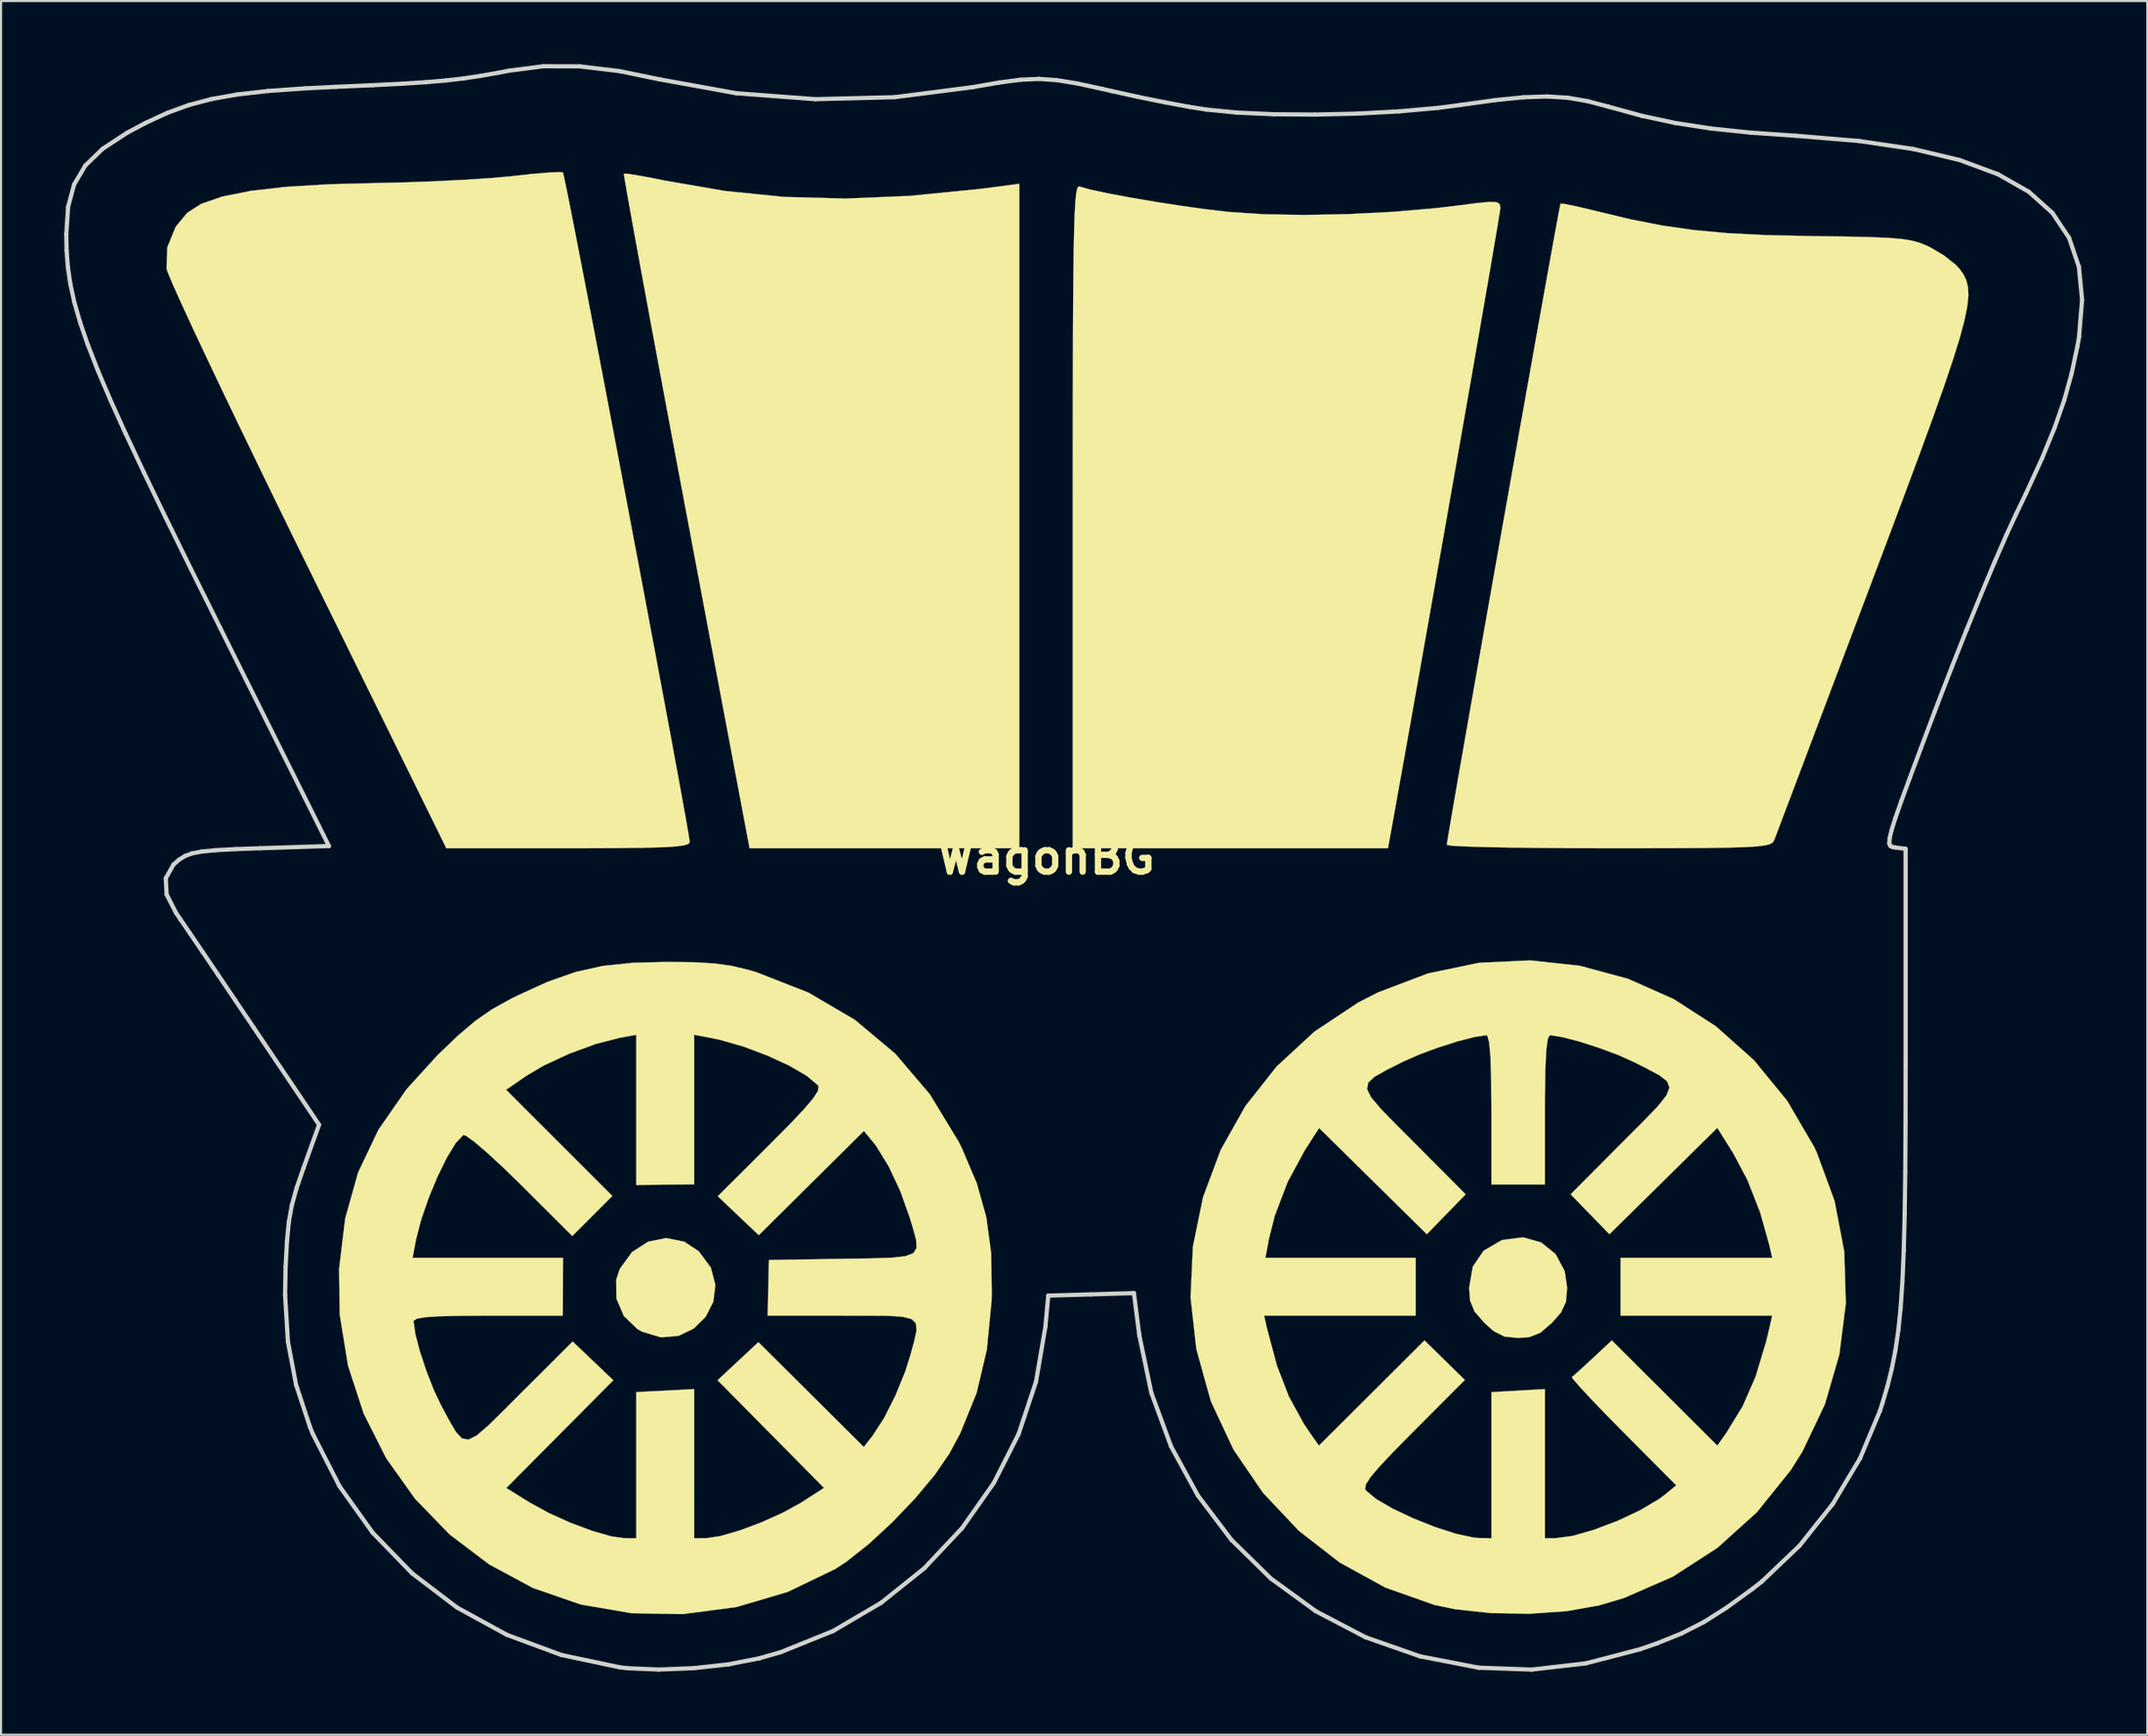
<source format=kicad_pcb>
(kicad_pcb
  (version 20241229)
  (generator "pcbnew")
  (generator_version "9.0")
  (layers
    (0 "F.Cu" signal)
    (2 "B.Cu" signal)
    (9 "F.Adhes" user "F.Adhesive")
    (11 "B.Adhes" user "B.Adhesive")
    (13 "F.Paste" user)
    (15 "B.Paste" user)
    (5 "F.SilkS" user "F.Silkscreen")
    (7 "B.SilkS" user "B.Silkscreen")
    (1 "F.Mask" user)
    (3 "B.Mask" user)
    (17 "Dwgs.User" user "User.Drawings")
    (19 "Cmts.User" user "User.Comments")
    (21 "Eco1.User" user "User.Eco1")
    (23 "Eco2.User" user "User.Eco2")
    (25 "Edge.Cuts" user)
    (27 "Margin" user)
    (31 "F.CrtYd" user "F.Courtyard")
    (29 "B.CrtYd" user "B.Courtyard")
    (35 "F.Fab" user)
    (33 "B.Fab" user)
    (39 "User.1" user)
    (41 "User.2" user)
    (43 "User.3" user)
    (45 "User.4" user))
  (footprint "WagonBG"
    (layer "F.Cu")
    (at 46.662 37.704)
    (property "Reference" "WagonBG" (at 0 0 0) (layer "F.SilkS") (effects (font (size 1.524 1.524) (thickness 0.3))))
    (attr through_hole)
    (fp_poly (pts (xy -17.188 18.286) (xy -16.499 18.743) (xy -15.927 19.521) (xy -15.715 20.341) (xy -15.813 21.139) (xy -16.171 21.85) (xy -16.739 22.412) (xy -17.466 22.761) (xy -18.303 22.832) (xy -19.2 22.562) (xy -19.409 22.446) (xy -20.066 21.817) (xy -20.417 20.988) (xy -20.425 20.085) (xy -20.258 19.582) (xy -19.681 18.782) (xy -18.914 18.285) (xy -18.052 18.112) (xy -17.188 18.286)) (stroke (width 0.01) (type solid)) (fill yes) (layer "F.SilkS"))
    (fp_poly (pts (xy 23.529 18.318) (xy 24.215 18.872) (xy 24.649 19.682) (xy 24.765 20.476) (xy 24.708 21.145) (xy 24.476 21.651) (xy 24.045 22.14) (xy 23.493 22.612) (xy 22.967 22.821) (xy 22.437 22.86) (xy 21.788 22.795) (xy 21.274 22.538) (xy 20.828 22.14) (xy 20.362 21.599) (xy 20.153 21.086) (xy 20.108 20.476) (xy 20.281 19.471) (xy 20.793 18.716) (xy 21.634 18.224) (xy 21.699 18.202) (xy 22.666 18.076) (xy 23.529 18.318)) (stroke (width 0.01) (type solid)) (fill yes) (layer "F.SilkS"))
    (fp_poly (pts (xy -19.843 -32.486) (xy -19.305 -32.399) (xy -18.544 -32.256) (xy -18.098 -32.165) (xy -15.257 -31.674) (xy -12.435 -31.39) (xy -9.54 -31.313) (xy -6.479 -31.439) (xy -3.158 -31.769) (xy -2.381 -31.868) (xy -1.27 -32.016) (xy -1.27 -0.423) (xy -14.089 -0.423) (xy -17.106 -16.432) (xy -17.584 -18.974) (xy -18.037 -21.392) (xy -18.459 -23.656) (xy -18.845 -25.733) (xy -19.188 -27.592) (xy -19.483 -29.2) (xy -19.724 -30.526) (xy -19.905 -31.538) (xy -20.02 -32.203) (xy -20.063 -32.491) (xy -20.062 -32.5) (xy -19.843 -32.486)) (stroke (width 0.01) (type solid)) (fill yes) (layer "F.SilkS"))
    (fp_poly (pts (xy 2.086 -31.745) (xy 2.915 -31.566) (xy 3.979 -31.366) (xy 5.182 -31.161) (xy 6.432 -30.967) (xy 7.636 -30.8) (xy 8.69 -30.676) (xy 10.329 -30.567) (xy 12.255 -30.533) (xy 14.341 -30.572) (xy 16.46 -30.68) (xy 18.482 -30.852) (xy 19.526 -30.976) (xy 20.47 -31.097) (xy 21.072 -31.154) (xy 21.408 -31.142) (xy 21.555 -31.057) (xy 21.59 -30.896) (xy 21.59 -30.863) (xy 21.554 -30.611) (xy 21.451 -29.979) (xy 21.287 -29.007) (xy 21.069 -27.733) (xy 20.803 -26.195) (xy 20.497 -24.43) (xy 20.157 -22.478) (xy 19.789 -20.375) (xy 19.401 -18.161) (xy 18.999 -15.874) (xy 18.59 -13.551) (xy 18.18 -11.232) (xy 17.777 -8.953) (xy 17.386 -6.753) (xy 17.015 -4.67) (xy 16.669 -2.743) (xy 16.376 -1.111) (xy 16.251 -0.423) (xy 1.27 -0.423) (xy 1.27 -16.215) (xy 1.271 -19.205) (xy 1.273 -21.798) (xy 1.279 -24.022) (xy 1.287 -25.904) (xy 1.298 -27.47) (xy 1.314 -28.748) (xy 1.335 -29.765) (xy 1.36 -30.547) (xy 1.391 -31.122) (xy 1.429 -31.516) (xy 1.473 -31.757) (xy 1.524 -31.872) (xy 1.582 -31.887) (xy 2.086 -31.745)) (stroke (width 0.01) (type solid)) (fill yes) (layer "F.SilkS"))
    (fp_poly (pts (xy -22.958 -32.554) (xy -22.905 -32.336) (xy -22.781 -31.742) (xy -22.595 -30.809) (xy -22.353 -29.578) (xy -22.064 -28.086) (xy -21.733 -26.374) (xy -21.37 -24.479) (xy -20.98 -22.442) (xy -20.573 -20.302) (xy -20.154 -18.096) (xy -19.732 -15.865) (xy -19.313 -13.647) (xy -18.906 -11.482) (xy -18.517 -9.409) (xy -18.154 -7.466) (xy -17.824 -5.693) (xy -17.535 -4.128) (xy -17.295 -2.812) (xy -17.109 -1.782) (xy -16.987 -1.078) (xy -16.935 -0.739) (xy -16.933 -0.72) (xy -16.994 -0.63) (xy -17.204 -0.56) (xy -17.606 -0.507) (xy -18.244 -0.469) (xy -19.16 -0.444) (xy -20.397 -0.43) (xy -21.998 -0.424) (xy -22.717 -0.423) (xy -28.5 -0.423) (xy -35.084 -13.811) (xy -36.183 -16.052) (xy -37.228 -18.197) (xy -38.203 -20.214) (xy -39.094 -22.07) (xy -39.884 -23.732) (xy -40.559 -25.169) (xy -41.103 -26.347) (xy -41.501 -27.234) (xy -41.737 -27.798) (xy -41.797 -27.982) (xy -41.761 -28.995) (xy -41.363 -29.971) (xy -40.82 -30.632) (xy -40.151 -31.06) (xy -39.151 -31.407) (xy -37.801 -31.678) (xy -36.084 -31.873) (xy -33.982 -31.997) (xy -32.115 -32.045) (xy -30.595 -32.079) (xy -29.05 -32.135) (xy -27.591 -32.208) (xy -26.328 -32.291) (xy -25.373 -32.379) (xy -25.341 -32.383) (xy -24.407 -32.485) (xy -23.637 -32.55) (xy -23.124 -32.572) (xy -22.958 -32.554)) (stroke (width 0.01) (type solid)) (fill yes) (layer "F.SilkS"))
    (fp_poly (pts (xy 24.666 -31.054) (xy 25.189 -30.947) (xy 25.921 -30.774) (xy 26.169 -30.712) (xy 27.786 -30.325) (xy 29.286 -30.031) (xy 30.774 -29.816) (xy 32.357 -29.67) (xy 34.141 -29.578) (xy 36.231 -29.531) (xy 36.445 -29.528) (xy 37.974 -29.507) (xy 39.143 -29.481) (xy 40.019 -29.444) (xy 40.666 -29.39) (xy 41.147 -29.313) (xy 41.529 -29.207) (xy 41.874 -29.065) (xy 42.001 -29.006) (xy 42.672 -28.61) (xy 43.244 -28.155) (xy 43.411 -27.974) (xy 43.595 -27.716) (xy 43.732 -27.437) (xy 43.815 -27.109) (xy 43.834 -26.701) (xy 43.781 -26.183) (xy 43.649 -25.525) (xy 43.428 -24.699) (xy 43.11 -23.672) (xy 42.686 -22.416) (xy 42.15 -20.901) (xy 41.491 -19.096) (xy 40.701 -16.973) (xy 39.773 -14.5) (xy 39.214 -13.018) (xy 38.407 -10.878) (xy 37.642 -8.851) (xy 36.933 -6.971) (xy 36.293 -5.274) (xy 35.735 -3.797) (xy 35.273 -2.574) (xy 34.921 -1.642) (xy 34.692 -1.035) (xy 34.6 -0.794) (xy 34.537 -0.697) (xy 34.406 -0.618) (xy 34.164 -0.557) (xy 33.771 -0.509) (xy 33.186 -0.475) (xy 32.367 -0.451) (xy 31.275 -0.435) (xy 29.868 -0.427) (xy 28.105 -0.424) (xy 26.753 -0.423) (xy 24.995 -0.428) (xy 23.377 -0.439) (xy 21.947 -0.458) (xy 20.752 -0.483) (xy 19.838 -0.512) (xy 19.254 -0.546) (xy 19.046 -0.582) (xy 19.046 -0.582) (xy 19.081 -0.817) (xy 19.183 -1.426) (xy 19.345 -2.371) (xy 19.56 -3.61) (xy 19.821 -5.104) (xy 20.121 -6.813) (xy 20.452 -8.697) (xy 20.808 -10.715) (xy 21.182 -12.829) (xy 21.565 -14.999) (xy 21.953 -17.183) (xy 22.336 -19.342) (xy 22.709 -21.437) (xy 23.064 -23.427) (xy 23.394 -25.272) (xy 23.692 -26.933) (xy 23.95 -28.369) (xy 24.163 -29.54) (xy 24.322 -30.407) (xy 24.421 -30.929) (xy 24.452 -31.073) (xy 24.666 -31.054)) (stroke (width 0.01) (type solid)) (fill yes) (layer "F.SilkS"))
    (fp_poly (pts (xy 25.368 5.166) (xy 27.659 5.784) (xy 29.828 6.748) (xy 31.836 8.043) (xy 33.644 9.656) (xy 35.213 11.571) (xy 36.504 13.776) (xy 36.623 14.027) (xy 37.475 16.347) (xy 37.936 18.761) (xy 38.01 21.214) (xy 37.702 23.649) (xy 37.017 26.01) (xy 35.959 28.242) (xy 35.39 29.149) (xy 33.786 31.145) (xy 31.905 32.842) (xy 29.787 34.211) (xy 27.475 35.222) (xy 26.296 35.574) (xy 24.745 35.851) (xy 22.972 35.974) (xy 21.146 35.943) (xy 19.436 35.759) (xy 18.464 35.557) (xy 16.126 34.73) (xy 13.959 33.54) (xy 12.006 32.023) (xy 10.308 30.22) (xy 8.909 28.169) (xy 7.851 25.909) (xy 7.821 25.828) (xy 7.143 23.386) (xy 6.966 21.802) (xy 10.364 21.802) (xy 10.495 22.384) (xy 10.971 24.168) (xy 11.542 25.651) (xy 12.258 26.953) (xy 12.545 27.379) (xy 12.97 27.981) (xy 15.478 25.48) (xy 17.986 22.978) (xy 18.944 23.918) (xy 19.902 24.859) (xy 17.429 27.339) (xy 16.491 28.291) (xy 15.828 28.996) (xy 15.409 29.495) (xy 15.198 29.83) (xy 15.163 30.042) (xy 15.2 30.114) (xy 15.69 30.52) (xy 16.477 30.977) (xy 17.447 31.437) (xy 18.487 31.851) (xy 19.481 32.172) (xy 20.315 32.352) (xy 20.585 32.374) (xy 21.167 32.385) (xy 21.167 25.438) (xy 22.437 25.366) (xy 23.707 25.294) (xy 23.707 28.84) (xy 23.707 32.385) (xy 24.197 32.385) (xy 25.014 32.275) (xy 26.049 31.98) (xy 27.17 31.554) (xy 28.244 31.048) (xy 29.14 30.516) (xy 29.424 30.302) (xy 29.951 29.868) (xy 27.421 27.324) (xy 26.596 26.485) (xy 25.895 25.756) (xy 25.366 25.185) (xy 25.053 24.824) (xy 24.99 24.719) (xy 25.187 24.553) (xy 25.593 24.185) (xy 25.989 23.819) (xy 26.888 22.979) (xy 31.904 27.981) (xy 32.329 27.379) (xy 33.105 26.11) (xy 33.721 24.703) (xy 34.224 23.035) (xy 34.379 22.384) (xy 34.51 21.802) (xy 27.305 21.802) (xy 27.305 19.05) (xy 34.51 19.05) (xy 34.381 18.468) (xy 33.937 16.888) (xy 33.335 15.356) (xy 32.669 14.095) (xy 31.903 12.87) (xy 29.34 15.4) (xy 26.776 17.929) (xy 25.854 16.98) (xy 24.932 16.032) (xy 27.441 13.508) (xy 28.398 12.549) (xy 29.077 11.844) (xy 29.484 11.332) (xy 29.628 10.956) (xy 29.515 10.657) (xy 29.154 10.375) (xy 28.552 10.052) (xy 27.923 9.735) (xy 27.18 9.403) (xy 26.28 9.067) (xy 25.357 8.771) (xy 24.543 8.557) (xy 23.972 8.467) (xy 23.941 8.467) (xy 23.844 8.641) (xy 23.774 9.177) (xy 23.729 10.092) (xy 23.708 11.405) (xy 23.707 12.016) (xy 23.707 15.565) (xy 21.167 15.565) (xy 21.167 12.016) (xy 21.155 10.546) (xy 21.12 9.481) (xy 21.059 8.802) (xy 20.973 8.492) (xy 20.933 8.467) (xy 20.388 8.545) (xy 19.588 8.75) (xy 18.669 9.041) (xy 17.762 9.375) (xy 17.002 9.709) (xy 16.95 9.735) (xy 16.166 10.13) (xy 15.617 10.439) (xy 15.311 10.72) (xy 15.255 11.031) (xy 15.457 11.433) (xy 15.924 11.982) (xy 16.664 12.739) (xy 17.432 13.508) (xy 19.941 16.032) (xy 19.019 16.98) (xy 18.098 17.929) (xy 12.977 12.878) (xy 12.292 13.946) (xy 11.486 15.438) (xy 10.869 17.052) (xy 10.597 18.135) (xy 10.426 19.05) (xy 17.568 19.05) (xy 17.568 21.802) (xy 10.364 21.802) (xy 6.966 21.802) (xy 6.869 20.934) (xy 6.981 18.513) (xy 7.463 16.164) (xy 8.298 13.928) (xy 9.469 11.843) (xy 10.961 9.952) (xy 12.756 8.295) (xy 14.838 6.912) (xy 15.769 6.435) (xy 18.156 5.528) (xy 20.578 5.024) (xy 22.995 4.908) (xy 25.368 5.166)) (stroke (width 0.01) (type solid)) (fill yes) (layer "F.SilkS"))
    (fp_poly (pts (xy -16.725 4.998) (xy -15.75 5.056) (xy -14.936 5.171) (xy -14.152 5.358) (xy -13.758 5.474) (xy -11.285 6.443) (xy -9.086 7.735) (xy -7.164 9.346) (xy -5.52 11.278) (xy -4.154 13.527) (xy -4.002 13.833) (xy -3.295 15.497) (xy -2.839 17.115) (xy -2.609 18.823) (xy -2.578 20.759) (xy -2.591 21.133) (xy -2.814 23.422) (xy -3.298 25.471) (xy -4.077 27.393) (xy -4.598 28.363) (xy -5.29 29.373) (xy -6.23 30.497) (xy -7.315 31.632) (xy -8.442 32.673) (xy -9.507 33.514) (xy -10.023 33.85) (xy -12.283 34.938) (xy -14.714 35.656) (xy -17.262 35.991) (xy -19.685 35.95) (xy -22.107 35.536) (xy -24.377 34.751) (xy -26.465 33.629) (xy -28.344 32.204) (xy -29.983 30.512) (xy -31.355 28.585) (xy -32.428 26.459) (xy -33.175 24.167) (xy -33.567 21.744) (xy -33.597 19.588) (xy -33.533 19.05) (xy -30.104 19.05) (xy -22.958 19.05) (xy -22.962 20.426) (xy -22.966 21.801) (xy -26.511 21.801) (xy -27.874 21.809) (xy -28.861 21.833) (xy -29.521 21.877) (xy -29.902 21.946) (xy -30.05 22.043) (xy -30.057 22.075) (xy -29.973 22.676) (xy -29.751 23.521) (xy -29.436 24.47) (xy -29.074 25.386) (xy -28.772 26.018) (xy -28.359 26.794) (xy -28.041 27.337) (xy -27.758 27.64) (xy -27.448 27.695) (xy -27.053 27.495) (xy -26.511 27.03) (xy -25.764 26.295) (xy -25.003 25.532) (xy -22.497 23.033) (xy -20.565 24.871) (xy -23.108 27.434) (xy -25.651 29.996) (xy -24.52 30.697) (xy -23.62 31.19) (xy -22.592 31.652) (xy -21.564 32.036) (xy -20.661 32.294) (xy -20.055 32.381) (xy -19.473 32.385) (xy -19.473 25.436) (xy -18.097 25.365) (xy -16.721 25.294) (xy -16.721 28.84) (xy -16.722 32.385) (xy -16.14 32.381) (xy -15.463 32.278) (xy -14.548 32.011) (xy -13.526 31.628) (xy -12.523 31.178) (xy -11.668 30.708) (xy -11.619 30.677) (xy -10.55 29.991) (xy -13.08 27.431) (xy -15.611 24.871) (xy -14.64 23.966) (xy -13.67 23.061) (xy -11.166 25.553) (xy -8.662 28.046) (xy -8.246 27.517) (xy -7.704 26.683) (xy -7.158 25.605) (xy -6.689 24.453) (xy -6.446 23.679) (xy -6.261 23.002) (xy -6.156 22.511) (xy -6.181 22.175) (xy -6.387 21.965) (xy -6.825 21.852) (xy -7.544 21.807) (xy -8.596 21.8) (xy -9.684 21.802) (xy -13.229 21.802) (xy -13.199 20.479) (xy -13.169 19.156) (xy -9.654 19.098) (xy -8.306 19.077) (xy -7.332 19.046) (xy -6.682 18.973) (xy -6.305 18.829) (xy -6.152 18.581) (xy -6.174 18.2) (xy -6.321 17.654) (xy -6.479 17.131) (xy -6.923 15.885) (xy -7.477 14.705) (xy -8.065 13.747) (xy -8.221 13.545) (xy -8.655 13.018) (xy -13.652 17.974) (xy -15.6 16.123) (xy -13.1 13.629) (xy -12.15 12.67) (xy -11.479 11.958) (xy -11.053 11.453) (xy -10.84 11.116) (xy -10.808 10.906) (xy -10.839 10.847) (xy -11.373 10.398) (xy -12.213 9.909) (xy -13.254 9.429) (xy -14.387 9.004) (xy -15.506 8.684) (xy -15.928 8.595) (xy -16.722 8.447) (xy -16.722 12.002) (xy -16.722 15.557) (xy -18.098 15.573) (xy -19.473 15.588) (xy -19.473 8.447) (xy -20.267 8.591) (xy -21.404 8.884) (xy -22.667 9.349) (xy -23.865 9.905) (xy -24.686 10.39) (xy -25.661 11.061) (xy -20.611 16.111) (xy -22.514 18.014) (xy -24.992 15.542) (xy -25.831 14.726) (xy -26.575 14.041) (xy -27.171 13.533) (xy -27.565 13.248) (xy -27.692 13.207) (xy -28.047 13.585) (xy -28.469 14.273) (xy -28.912 15.174) (xy -29.334 16.188) (xy -29.691 17.219) (xy -29.937 18.167) (xy -29.956 18.263) (xy -30.104 19.05) (xy -33.533 19.05) (xy -33.308 17.185) (xy -32.693 14.995) (xy -31.728 12.962) (xy -30.386 11.031) (xy -28.914 9.411) (xy -27.939 8.477) (xy -27.114 7.78) (xy -26.322 7.231) (xy -25.443 6.741) (xy -25.188 6.613) (xy -23.701 5.934) (xy -22.374 5.465) (xy -21.062 5.171) (xy -19.618 5.022) (xy -17.992 4.982) (xy -16.725 4.998)) (stroke (width 0.01) (type solid)) (fill yes) (layer "F.SilkS"))
    (fp_line (start -46.562 -29.62) (end -46.475 -30.919) (stroke (width 0.2) (type solid)) (layer "Edge.Cuts"))
    (fp_line (start -46.547 -28.846) (end -46.562 -29.62) (stroke (width 0.2) (type solid)) (layer "Edge.Cuts"))
    (fp_line (start -46.487 -28.058) (end -46.547 -28.846) (stroke (width 0.2) (type solid)) (layer "Edge.Cuts"))
    (fp_line (start -46.475 -30.919) (end -46.19 -31.983) (stroke (width 0.2) (type solid)) (layer "Edge.Cuts"))
    (fp_line (start -46.369 -27.249) (end -46.487 -28.058) (stroke (width 0.2) (type solid)) (layer "Edge.Cuts"))
    (fp_line (start -46.19 -31.983) (end -45.659 -32.881) (stroke (width 0.2) (type solid)) (layer "Edge.Cuts"))
    (fp_line (start -46.18 -26.386) (end -46.369 -27.249) (stroke (width 0.2) (type solid)) (layer "Edge.Cuts"))
    (fp_line (start -45.909 -25.438) (end -46.18 -26.386) (stroke (width 0.2) (type solid)) (layer "Edge.Cuts"))
    (fp_line (start -45.659 -32.881) (end -44.835 -33.678) (stroke (width 0.2) (type solid)) (layer "Edge.Cuts"))
    (fp_line (start -45.542 -24.371) (end -45.909 -25.438) (stroke (width 0.2) (type solid)) (layer "Edge.Cuts"))
    (fp_line (start -45.068 -23.154) (end -45.542 -24.371) (stroke (width 0.2) (type solid)) (layer "Edge.Cuts"))
    (fp_line (start -44.835 -33.678) (end -43.671 -34.441) (stroke (width 0.2) (type solid)) (layer "Edge.Cuts"))
    (fp_line (start -44.473 -21.755) (end -45.068 -23.154) (stroke (width 0.2) (type solid)) (layer "Edge.Cuts"))
    (fp_line (start -43.744 -20.142) (end -44.473 -21.755) (stroke (width 0.2) (type solid)) (layer "Edge.Cuts"))
    (fp_line (start -43.671 -34.441) (end -42.787 -34.912) (stroke (width 0.2) (type solid)) (layer "Edge.Cuts"))
    (fp_line (start -42.87 -18.282) (end -43.744 -20.142) (stroke (width 0.2) (type solid)) (layer "Edge.Cuts"))
    (fp_line (start -42.787 -34.912) (end -41.774 -35.381) (stroke (width 0.2) (type solid)) (layer "Edge.Cuts"))
    (fp_line (start -41.838 -16.143) (end -42.87 -18.282) (stroke (width 0.2) (type solid)) (layer "Edge.Cuts"))
    (fp_line (start -41.834 1.009) (end -41.47 0.357) (stroke (width 0.2) (type solid)) (layer "Edge.Cuts"))
    (fp_line (start -41.793 1.776) (end -41.834 1.009) (stroke (width 0.2) (type solid)) (layer "Edge.Cuts"))
    (fp_line (start -41.774 -35.381) (end -40.759 -35.753) (stroke (width 0.2) (type solid)) (layer "Edge.Cuts"))
    (fp_line (start -41.47 0.357) (end -41.208 0.127) (stroke (width 0.2) (type solid)) (layer "Edge.Cuts"))
    (fp_line (start -41.345 2.654) (end -41.793 1.776) (stroke (width 0.2) (type solid)) (layer "Edge.Cuts"))
    (fp_line (start -41.208 0.127) (end -40.933 -0.047) (stroke (width 0.2) (type solid)) (layer "Edge.Cuts"))
    (fp_line (start -41.129 2.969) (end -41.345 2.654) (stroke (width 0.2) (type solid)) (layer "Edge.Cuts"))
    (fp_line (start -40.933 -0.047) (end -40.599 -0.174) (stroke (width 0.2) (type solid)) (layer "Edge.Cuts"))
    (fp_line (start -40.759 -35.753) (end -39.67 -36.042) (stroke (width 0.2) (type solid)) (layer "Edge.Cuts"))
    (fp_line (start -40.685 3.621) (end -41.129 2.969) (stroke (width 0.2) (type solid)) (layer "Edge.Cuts"))
    (fp_line (start -40.635 -13.694) (end -41.838 -16.143) (stroke (width 0.2) (type solid)) (layer "Edge.Cuts"))
    (fp_line (start -40.599 -0.174) (end -40.13 -0.265) (stroke (width 0.2) (type solid)) (layer "Edge.Cuts"))
    (fp_line (start -40.13 -0.265) (end -39.452 -0.331) (stroke (width 0.2) (type solid)) (layer "Edge.Cuts"))
    (fp_line (start -40.076 4.518) (end -40.685 3.621) (stroke (width 0.2) (type solid)) (layer "Edge.Cuts"))
    (fp_line (start -39.67 -36.042) (end -38.432 -36.262) (stroke (width 0.2) (type solid)) (layer "Edge.Cuts"))
    (fp_line (start -39.452 -0.331) (end -38.492 -0.382) (stroke (width 0.2) (type solid)) (layer "Edge.Cuts"))
    (fp_line (start -39.342 5.604) (end -40.076 4.518) (stroke (width 0.2) (type solid)) (layer "Edge.Cuts"))
    (fp_line (start -39.248 -10.901) (end -40.635 -13.694) (stroke (width 0.2) (type solid)) (layer "Edge.Cuts"))
    (fp_line (start -38.522 6.82) (end -39.342 5.604) (stroke (width 0.2) (type solid)) (layer "Edge.Cuts"))
    (fp_line (start -38.492 -0.382) (end -37.345 -0.423) (stroke (width 0.2) (type solid)) (layer "Edge.Cuts"))
    (fp_line (start -38.432 -36.262) (end -36.97 -36.428) (stroke (width 0.2) (type solid)) (layer "Edge.Cuts"))
    (fp_line (start -37.654 8.108) (end -38.522 6.82) (stroke (width 0.2) (type solid)) (layer "Edge.Cuts"))
    (fp_line (start -37.345 -0.423) (end -34.08 -0.529) (stroke (width 0.2) (type solid)) (layer "Edge.Cuts"))
    (fp_line (start -36.97 -36.428) (end -35.212 -36.553) (stroke (width 0.2) (type solid)) (layer "Edge.Cuts"))
    (fp_line (start -36.164 20.812) (end -36.139 19.48) (stroke (width 0.2) (type solid)) (layer "Edge.Cuts"))
    (fp_line (start -36.139 19.48) (end -36.075 18.269) (stroke (width 0.2) (type solid)) (layer "Edge.Cuts"))
    (fp_line (start -36.075 18.269) (end -35.984 17.338) (stroke (width 0.2) (type solid)) (layer "Edge.Cuts"))
    (fp_line (start -36.028 23.042) (end -36.164 20.812) (stroke (width 0.2) (type solid)) (layer "Edge.Cuts"))
    (fp_line (start -35.984 17.338) (end -35.841 16.543) (stroke (width 0.2) (type solid)) (layer "Edge.Cuts"))
    (fp_line (start -35.841 16.543) (end -35.618 15.739) (stroke (width 0.2) (type solid)) (layer "Edge.Cuts"))
    (fp_line (start -35.639 25.097) (end -36.028 23.042) (stroke (width 0.2) (type solid)) (layer "Edge.Cuts"))
    (fp_line (start -35.618 15.739) (end -35.29 14.784) (stroke (width 0.2) (type solid)) (layer "Edge.Cuts"))
    (fp_line (start -35.29 14.784) (end -35.287 14.776) (stroke (width 0.2) (type solid)) (layer "Edge.Cuts"))
    (fp_line (start -35.287 14.776) (end -34.548 12.724) (stroke (width 0.2) (type solid)) (layer "Edge.Cuts"))
    (fp_line (start -35.212 -36.553) (end -33.761 -36.624) (stroke (width 0.2) (type solid)) (layer "Edge.Cuts"))
    (fp_line (start -34.98 27.093) (end -35.639 25.097) (stroke (width 0.2) (type solid)) (layer "Edge.Cuts"))
    (fp_line (start -34.843 27.429) (end -34.98 27.093) (stroke (width 0.2) (type solid)) (layer "Edge.Cuts"))
    (fp_line (start -34.548 12.724) (end -37.654 8.108) (stroke (width 0.2) (type solid)) (layer "Edge.Cuts"))
    (fp_line (start -34.08 -0.529) (end -39.248 -10.901) (stroke (width 0.2) (type solid)) (layer "Edge.Cuts"))
    (fp_line (start -33.761 -36.624) (end -32.011 -36.702) (stroke (width 0.2) (type solid)) (layer "Edge.Cuts"))
    (fp_line (start -33.581 29.906) (end -34.843 27.429) (stroke (width 0.2) (type solid)) (layer "Edge.Cuts"))
    (fp_line (start -32.011 -36.702) (end -30.607 -36.773) (stroke (width 0.2) (type solid)) (layer "Edge.Cuts"))
    (fp_line (start -32.001 32.121) (end -33.581 29.906) (stroke (width 0.2) (type solid)) (layer "Edge.Cuts"))
    (fp_line (start -30.607 -36.773) (end -29.471 -36.846) (stroke (width 0.2) (type solid)) (layer "Edge.Cuts"))
    (fp_line (start -30.128 34.052) (end -32.001 32.121) (stroke (width 0.2) (type solid)) (layer "Edge.Cuts"))
    (fp_line (start -29.471 -36.846) (end -28.525 -36.927) (stroke (width 0.2) (type solid)) (layer "Edge.Cuts"))
    (fp_line (start -28.525 -36.927) (end -27.691 -37.023) (stroke (width 0.2) (type solid)) (layer "Edge.Cuts"))
    (fp_line (start -27.991 35.679) (end -30.128 34.052) (stroke (width 0.2) (type solid)) (layer "Edge.Cuts"))
    (fp_line (start -27.691 -37.023) (end -26.891 -37.142) (stroke (width 0.2) (type solid)) (layer "Edge.Cuts"))
    (fp_line (start -26.891 -37.142) (end -26.049 -37.292) (stroke (width 0.2) (type solid)) (layer "Edge.Cuts"))
    (fp_line (start -26.049 -37.292) (end -25.525 -37.392) (stroke (width 0.2) (type solid)) (layer "Edge.Cuts"))
    (fp_line (start -25.616 36.98) (end -27.991 35.679) (stroke (width 0.2) (type solid)) (layer "Edge.Cuts"))
    (fp_line (start -25.525 -37.392) (end -23.885 -37.604) (stroke (width 0.2) (type solid)) (layer "Edge.Cuts"))
    (fp_line (start -23.885 -37.604) (end -22.167 -37.599) (stroke (width 0.2) (type solid)) (layer "Edge.Cuts"))
    (fp_line (start -23.031 37.935) (end -25.616 36.98) (stroke (width 0.2) (type solid)) (layer "Edge.Cuts"))
    (fp_line (start -22.167 -37.599) (end -20.275 -37.373) (stroke (width 0.2) (type solid)) (layer "Edge.Cuts"))
    (fp_line (start -20.275 -37.373) (end -18.356 -36.978) (stroke (width 0.2) (type solid)) (layer "Edge.Cuts"))
    (fp_line (start -20.263 38.521) (end -23.031 37.935) (stroke (width 0.2) (type solid)) (layer "Edge.Cuts"))
    (fp_line (start -19.889 38.565) (end -20.263 38.521) (stroke (width 0.2) (type solid)) (layer "Edge.Cuts"))
    (fp_line (start -18.401 38.628) (end -19.889 38.565) (stroke (width 0.2) (type solid)) (layer "Edge.Cuts"))
    (fp_line (start -18.356 -36.978) (end -14.717 -36.32) (stroke (width 0.2) (type solid)) (layer "Edge.Cuts"))
    (fp_line (start -16.742 38.562) (end -18.401 38.628) (stroke (width 0.2) (type solid)) (layer "Edge.Cuts"))
    (fp_line (start -15.09 38.38) (end -16.742 38.562) (stroke (width 0.2) (type solid)) (layer "Edge.Cuts"))
    (fp_line (start -14.717 -36.32) (end -10.967 -36.038) (stroke (width 0.2) (type solid)) (layer "Edge.Cuts"))
    (fp_line (start -13.623 38.092) (end -15.09 38.38) (stroke (width 0.2) (type solid)) (layer "Edge.Cuts"))
    (fp_line (start -12.6 37.798) (end -13.623 38.092) (stroke (width 0.2) (type solid)) (layer "Edge.Cuts"))
    (fp_line (start -10.967 -36.038) (end -7.197 -36.133) (stroke (width 0.2) (type solid)) (layer "Edge.Cuts"))
    (fp_line (start -10.12 36.795) (end -12.6 37.798) (stroke (width 0.2) (type solid)) (layer "Edge.Cuts"))
    (fp_line (start -7.838 35.454) (end -10.12 36.795) (stroke (width 0.2) (type solid)) (layer "Edge.Cuts"))
    (fp_line (start -7.197 -36.133) (end -3.494 -36.609) (stroke (width 0.2) (type solid)) (layer "Edge.Cuts"))
    (fp_line (start -5.785 33.811) (end -7.838 35.454) (stroke (width 0.2) (type solid)) (layer "Edge.Cuts"))
    (fp_line (start -3.991 31.903) (end -5.785 33.811) (stroke (width 0.2) (type solid)) (layer "Edge.Cuts"))
    (fp_line (start -3.494 -36.609) (end -3.493 -36.609) (stroke (width 0.2) (type solid)) (layer "Edge.Cuts"))
    (fp_line (start -3.493 -36.609) (end -2.221 -36.83) (stroke (width 0.2) (type solid)) (layer "Edge.Cuts"))
    (fp_line (start -2.487 29.765) (end -3.991 31.903) (stroke (width 0.2) (type solid)) (layer "Edge.Cuts"))
    (fp_line (start -2.221 -36.83) (end -1.214 -36.962) (stroke (width 0.2) (type solid)) (layer "Edge.Cuts"))
    (fp_line (start -1.305 27.433) (end -2.487 29.765) (stroke (width 0.2) (type solid)) (layer "Edge.Cuts"))
    (fp_line (start -1.214 -36.962) (end -0.347 -37.002) (stroke (width 0.2) (type solid)) (layer "Edge.Cuts"))
    (fp_line (start -0.476 24.943) (end -1.305 27.433) (stroke (width 0.2) (type solid)) (layer "Edge.Cuts"))
    (fp_line (start -0.347 -37.002) (end 0.508 -36.944) (stroke (width 0.2) (type solid)) (layer "Edge.Cuts"))
    (fp_line (start -0.03 22.331) (end -0.476 24.943) (stroke (width 0.2) (type solid)) (layer "Edge.Cuts"))
    (fp_line (start 0.106 20.849) (end -0.03 22.331) (stroke (width 0.2) (type solid)) (layer "Edge.Cuts"))
    (fp_line (start 0.508 -36.944) (end 1.479 -36.786) (stroke (width 0.2) (type solid)) (layer "Edge.Cuts"))
    (fp_line (start 1.479 -36.786) (end 2.691 -36.524) (stroke (width 0.2) (type solid)) (layer "Edge.Cuts"))
    (fp_line (start 2.141 20.789) (end 0.106 20.849) (stroke (width 0.2) (type solid)) (layer "Edge.Cuts"))
    (fp_line (start 2.691 -36.524) (end 3.148 -36.419) (stroke (width 0.2) (type solid)) (layer "Edge.Cuts"))
    (fp_line (start 3.148 -36.419) (end 4.37 -36.148) (stroke (width 0.2) (type solid)) (layer "Edge.Cuts"))
    (fp_line (start 4.176 20.729) (end 2.141 20.789) (stroke (width 0.2) (type solid)) (layer "Edge.Cuts"))
    (fp_line (start 4.37 -36.148) (end 5.648 -35.888) (stroke (width 0.2) (type solid)) (layer "Edge.Cuts"))
    (fp_line (start 4.419 22.621) (end 4.176 20.729) (stroke (width 0.2) (type solid)) (layer "Edge.Cuts"))
    (fp_line (start 4.435 22.743) (end 4.419 22.621) (stroke (width 0.2) (type solid)) (layer "Edge.Cuts"))
    (fp_line (start 5.005 25.471) (end 4.435 22.743) (stroke (width 0.2) (type solid)) (layer "Edge.Cuts"))
    (fp_line (start 5.648 -35.888) (end 6.819 -35.672) (stroke (width 0.2) (type solid)) (layer "Edge.Cuts"))
    (fp_line (start 5.941 28.016) (end 5.005 25.471) (stroke (width 0.2) (type solid)) (layer "Edge.Cuts"))
    (fp_line (start 6.819 -35.672) (end 7.62 -35.544) (stroke (width 0.2) (type solid)) (layer "Edge.Cuts"))
    (fp_line (start 7.218 30.354) (end 5.941 28.016) (stroke (width 0.2) (type solid)) (layer "Edge.Cuts"))
    (fp_line (start 7.62 -35.544) (end 9.08 -35.4) (stroke (width 0.2) (type solid)) (layer "Edge.Cuts"))
    (fp_line (start 8.807 32.456) (end 7.218 30.354) (stroke (width 0.2) (type solid)) (layer "Edge.Cuts"))
    (fp_line (start 9.08 -35.4) (end 10.844 -35.321) (stroke (width 0.2) (type solid)) (layer "Edge.Cuts"))
    (fp_line (start 10.684 34.298) (end 8.807 32.456) (stroke (width 0.2) (type solid)) (layer "Edge.Cuts"))
    (fp_line (start 10.844 -35.321) (end 12.795 -35.306) (stroke (width 0.2) (type solid)) (layer "Edge.Cuts"))
    (fp_line (start 12.795 -35.306) (end 14.82 -35.353) (stroke (width 0.2) (type solid)) (layer "Edge.Cuts"))
    (fp_line (start 12.821 35.853) (end 10.684 34.298) (stroke (width 0.2) (type solid)) (layer "Edge.Cuts"))
    (fp_line (start 14.82 -35.353) (end 16.803 -35.46) (stroke (width 0.2) (type solid)) (layer "Edge.Cuts"))
    (fp_line (start 15.191 37.095) (end 12.821 35.853) (stroke (width 0.2) (type solid)) (layer "Edge.Cuts"))
    (fp_line (start 16.803 -35.46) (end 18.63 -35.624) (stroke (width 0.2) (type solid)) (layer "Edge.Cuts"))
    (fp_line (start 17.769 37.997) (end 15.191 37.095) (stroke (width 0.2) (type solid)) (layer "Edge.Cuts"))
    (fp_line (start 18.63 -35.624) (end 19.685 -35.761) (stroke (width 0.2) (type solid)) (layer "Edge.Cuts"))
    (fp_line (start 19.685 -35.761) (end 21.35 -35.994) (stroke (width 0.2) (type solid)) (layer "Edge.Cuts"))
    (fp_line (start 20.527 38.534) (end 17.769 37.997) (stroke (width 0.2) (type solid)) (layer "Edge.Cuts"))
    (fp_line (start 20.588 38.541) (end 20.527 38.534) (stroke (width 0.2) (type solid)) (layer "Edge.Cuts"))
    (fp_line (start 21.35 -35.994) (end 22.695 -36.129) (stroke (width 0.2) (type solid)) (layer "Edge.Cuts"))
    (fp_line (start 22.695 -36.129) (end 23.813 -36.167) (stroke (width 0.2) (type solid)) (layer "Edge.Cuts"))
    (fp_line (start 23.079 38.63) (end 20.588 38.541) (stroke (width 0.2) (type solid)) (layer "Edge.Cuts"))
    (fp_line (start 23.813 -36.167) (end 24.796 -36.106) (stroke (width 0.2) (type solid)) (layer "Edge.Cuts"))
    (fp_line (start 24.796 -36.106) (end 25.736 -35.945) (stroke (width 0.2) (type solid)) (layer "Edge.Cuts"))
    (fp_line (start 25.658 38.332) (end 23.079 38.63) (stroke (width 0.2) (type solid)) (layer "Edge.Cuts"))
    (fp_line (start 25.736 -35.945) (end 26.726 -35.683) (stroke (width 0.2) (type solid)) (layer "Edge.Cuts"))
    (fp_line (start 26.726 -35.683) (end 26.745 -35.677) (stroke (width 0.2) (type solid)) (layer "Edge.Cuts"))
    (fp_line (start 26.745 -35.677) (end 28.319 -35.246) (stroke (width 0.2) (type solid)) (layer "Edge.Cuts"))
    (fp_line (start 28.258 37.654) (end 25.658 38.332) (stroke (width 0.2) (type solid)) (layer "Edge.Cuts"))
    (fp_line (start 28.319 -35.246) (end 29.894 -34.908) (stroke (width 0.2) (type solid)) (layer "Edge.Cuts"))
    (fp_line (start 29.038 37.382) (end 28.258 37.654) (stroke (width 0.2) (type solid)) (layer "Edge.Cuts"))
    (fp_line (start 29.894 -34.908) (end 31.576 -34.648) (stroke (width 0.2) (type solid)) (layer "Edge.Cuts"))
    (fp_line (start 30.212 36.907) (end 29.038 37.382) (stroke (width 0.2) (type solid)) (layer "Edge.Cuts"))
    (fp_line (start 31.266 36.367) (end 30.212 36.907) (stroke (width 0.2) (type solid)) (layer "Edge.Cuts"))
    (fp_line (start 31.576 -34.648) (end 33.471 -34.449) (stroke (width 0.2) (type solid)) (layer "Edge.Cuts"))
    (fp_line (start 32.343 35.685) (end 31.266 36.367) (stroke (width 0.2) (type solid)) (layer "Edge.Cuts"))
    (fp_line (start 33.471 -34.449) (end 35.67 -34.296) (stroke (width 0.2) (type solid)) (layer "Edge.Cuts"))
    (fp_line (start 33.583 34.785) (end 32.343 35.685) (stroke (width 0.2) (type solid)) (layer "Edge.Cuts"))
    (fp_line (start 34.017 34.444) (end 33.583 34.785) (stroke (width 0.2) (type solid)) (layer "Edge.Cuts"))
    (fp_line (start 35.67 -34.296) (end 38.639 -34.05) (stroke (width 0.2) (type solid)) (layer "Edge.Cuts"))
    (fp_line (start 35.81 32.739) (end 34.017 34.444) (stroke (width 0.2) (type solid)) (layer "Edge.Cuts"))
    (fp_line (start 37.39 30.753) (end 35.81 32.739) (stroke (width 0.2) (type solid)) (layer "Edge.Cuts"))
    (fp_line (start 38.639 -34.05) (end 41.217 -33.669) (stroke (width 0.2) (type solid)) (layer "Edge.Cuts"))
    (fp_line (start 38.687 28.584) (end 37.39 30.753) (stroke (width 0.2) (type solid)) (layer "Edge.Cuts"))
    (fp_line (start 39.632 26.328) (end 38.687 28.584) (stroke (width 0.2) (type solid)) (layer "Edge.Cuts"))
    (fp_line (start 39.743 25.984) (end 39.632 26.328) (stroke (width 0.2) (type solid)) (layer "Edge.Cuts"))
    (fp_line (start 39.987 25.16) (end 39.743 25.984) (stroke (width 0.2) (type solid)) (layer "Edge.Cuts"))
    (fp_line (start 40.075 -0.657) (end 40.127 -0.533) (stroke (width 0.2) (type solid)) (layer "Edge.Cuts"))
    (fp_line (start 40.09 -0.891) (end 40.075 -0.657) (stroke (width 0.2) (type solid)) (layer "Edge.Cuts"))
    (fp_line (start 40.127 -0.533) (end 40.232 -0.48) (stroke (width 0.2) (type solid)) (layer "Edge.Cuts"))
    (fp_line (start 40.182 -1.278) (end 40.09 -0.891) (stroke (width 0.2) (type solid)) (layer "Edge.Cuts"))
    (fp_line (start 40.193 24.333) (end 39.987 25.16) (stroke (width 0.2) (type solid)) (layer "Edge.Cuts"))
    (fp_line (start 40.232 -0.48) (end 40.339 -0.462) (stroke (width 0.2) (type solid)) (layer "Edge.Cuts"))
    (fp_line (start 40.339 -0.462) (end 40.852 -0.395) (stroke (width 0.2) (type solid)) (layer "Edge.Cuts"))
    (fp_line (start 40.364 -1.857) (end 40.182 -1.278) (stroke (width 0.2) (type solid)) (layer "Edge.Cuts"))
    (fp_line (start 40.365 23.463) (end 40.193 24.333) (stroke (width 0.2) (type solid)) (layer "Edge.Cuts"))
    (fp_line (start 40.504 22.505) (end 40.365 23.463) (stroke (width 0.2) (type solid)) (layer "Edge.Cuts"))
    (fp_line (start 40.615 21.42) (end 40.504 22.505) (stroke (width 0.2) (type solid)) (layer "Edge.Cuts"))
    (fp_line (start 40.648 -2.67) (end 40.364 -1.857) (stroke (width 0.2) (type solid)) (layer "Edge.Cuts"))
    (fp_line (start 40.7 20.164) (end 40.615 21.42) (stroke (width 0.2) (type solid)) (layer "Edge.Cuts"))
    (fp_line (start 40.763 18.695) (end 40.7 20.164) (stroke (width 0.2) (type solid)) (layer "Edge.Cuts"))
    (fp_line (start 40.807 16.971) (end 40.763 18.695) (stroke (width 0.2) (type solid)) (layer "Edge.Cuts"))
    (fp_line (start 40.834 14.951) (end 40.807 16.971) (stroke (width 0.2) (type solid)) (layer "Edge.Cuts"))
    (fp_line (start 40.848 12.591) (end 40.834 14.951) (stroke (width 0.2) (type solid)) (layer "Edge.Cuts"))
    (fp_line (start 40.852 -0.395) (end 40.852 9.85) (stroke (width 0.2) (type solid)) (layer "Edge.Cuts"))
    (fp_line (start 40.852 9.85) (end 40.848 12.591) (stroke (width 0.2) (type solid)) (layer "Edge.Cuts"))
    (fp_line (start 41.046 -3.756) (end 40.648 -2.67) (stroke (width 0.2) (type solid)) (layer "Edge.Cuts"))
    (fp_line (start 41.217 -33.669) (end 43.413 -33.146) (stroke (width 0.2) (type solid)) (layer "Edge.Cuts"))
    (fp_line (start 41.569 -5.157) (end 41.046 -3.756) (stroke (width 0.2) (type solid)) (layer "Edge.Cuts"))
    (fp_line (start 42.23 -6.914) (end 41.569 -5.157) (stroke (width 0.2) (type solid)) (layer "Edge.Cuts"))
    (fp_line (start 42.375 -7.297) (end 42.23 -6.914) (stroke (width 0.2) (type solid)) (layer "Edge.Cuts"))
    (fp_line (start 43.05 -9.046) (end 42.375 -7.297) (stroke (width 0.2) (type solid)) (layer "Edge.Cuts"))
    (fp_line (start 43.413 -33.146) (end 45.24 -32.47) (stroke (width 0.2) (type solid)) (layer "Edge.Cuts"))
    (fp_line (start 43.749 -10.807) (end 43.05 -9.046) (stroke (width 0.2) (type solid)) (layer "Edge.Cuts"))
    (fp_line (start 44.438 -12.498) (end 43.749 -10.807) (stroke (width 0.2) (type solid)) (layer "Edge.Cuts"))
    (fp_line (start 45.084 -14.038) (end 44.438 -12.498) (stroke (width 0.2) (type solid)) (layer "Edge.Cuts"))
    (fp_line (start 45.24 -32.47) (end 46.709 -31.633) (stroke (width 0.2) (type solid)) (layer "Edge.Cuts"))
    (fp_line (start 45.653 -15.343) (end 45.084 -14.038) (stroke (width 0.2) (type solid)) (layer "Edge.Cuts"))
    (fp_line (start 46.111 -16.333) (end 45.653 -15.343) (stroke (width 0.2) (type solid)) (layer "Edge.Cuts"))
    (fp_line (start 46.57 -17.287) (end 46.111 -16.333) (stroke (width 0.2) (type solid)) (layer "Edge.Cuts"))
    (fp_line (start 46.709 -31.633) (end 47.832 -30.627) (stroke (width 0.2) (type solid)) (layer "Edge.Cuts"))
    (fp_line (start 47.335 -18.961) (end 46.57 -17.287) (stroke (width 0.2) (type solid)) (layer "Edge.Cuts"))
    (fp_line (start 47.832 -30.627) (end 48.62 -29.443) (stroke (width 0.2) (type solid)) (layer "Edge.Cuts"))
    (fp_line (start 47.929 -20.407) (end 47.335 -18.961) (stroke (width 0.2) (type solid)) (layer "Edge.Cuts"))
    (fp_line (start 48.385 -21.715) (end 47.929 -20.407) (stroke (width 0.2) (type solid)) (layer "Edge.Cuts"))
    (fp_line (start 48.62 -29.443) (end 49.085 -28.071) (stroke (width 0.2) (type solid)) (layer "Edge.Cuts"))
    (fp_line (start 48.736 -22.975) (end 48.385 -21.715) (stroke (width 0.2) (type solid)) (layer "Edge.Cuts"))
    (fp_line (start 49.014 -24.276) (end 48.736 -22.975) (stroke (width 0.2) (type solid)) (layer "Edge.Cuts"))
    (fp_line (start 49.085 -28.071) (end 49.239 -26.505) (stroke (width 0.2) (type solid)) (layer "Edge.Cuts"))
    (fp_line (start 49.093 -24.734) (end 49.014 -24.276) (stroke (width 0.2) (type solid)) (layer "Edge.Cuts"))
    (fp_line (start 49.239 -26.505) (end 49.093 -24.734) (stroke (width 0.2) (type solid)) (layer "Edge.Cuts")))
  (gr_rect
    (start -3 -3)
    (end 99.001 79.434)
    (stroke (width 0.1) (type default))
    (fill no)
    (layer "Edge.Cuts")))
</source>
